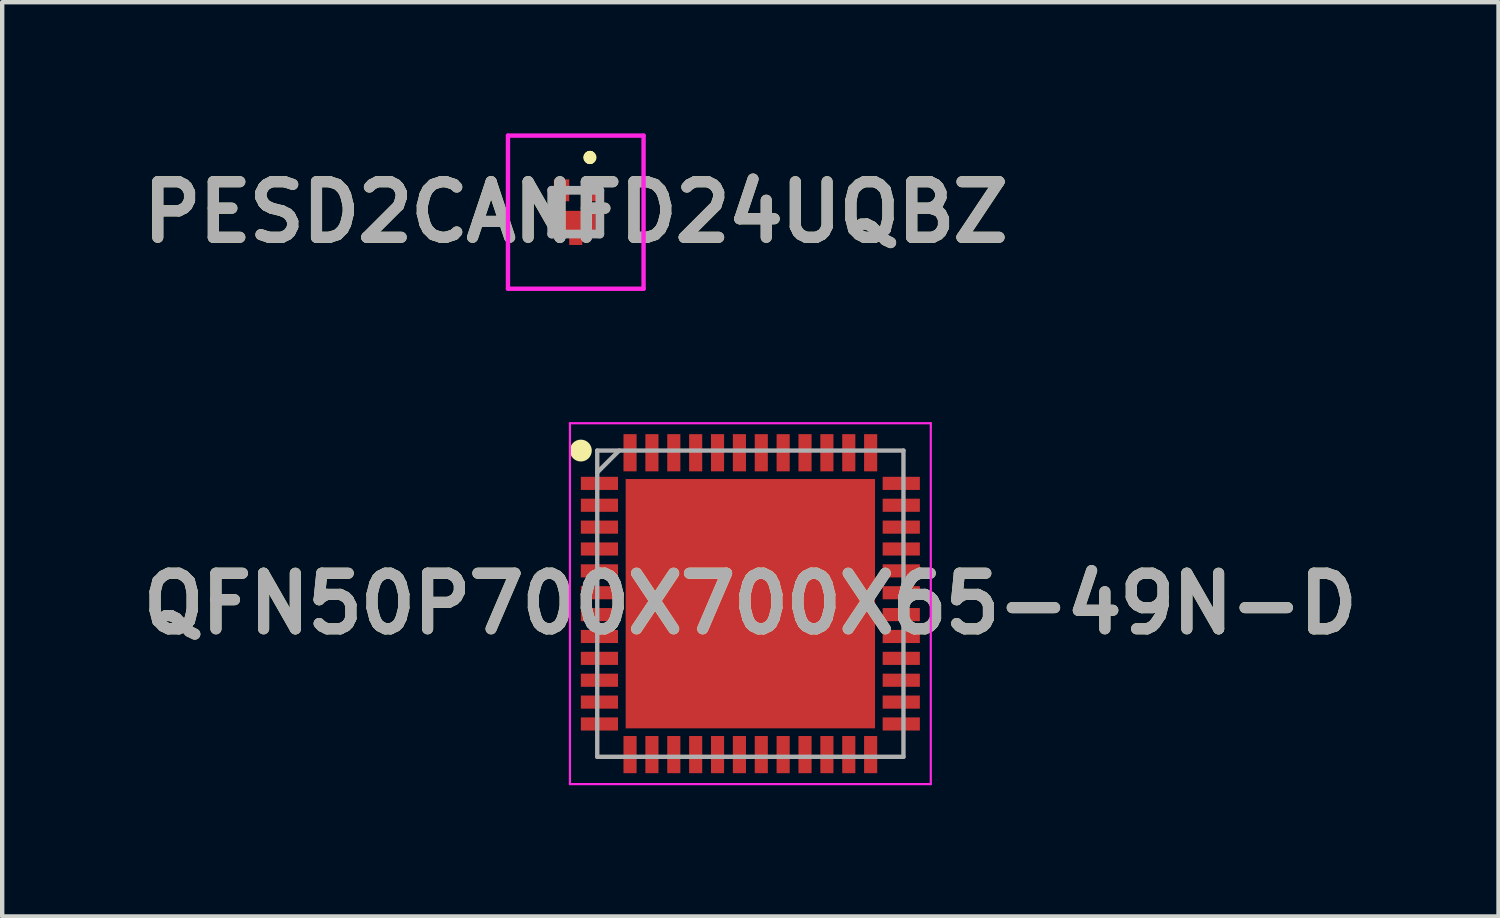
<source format=kicad_pcb>
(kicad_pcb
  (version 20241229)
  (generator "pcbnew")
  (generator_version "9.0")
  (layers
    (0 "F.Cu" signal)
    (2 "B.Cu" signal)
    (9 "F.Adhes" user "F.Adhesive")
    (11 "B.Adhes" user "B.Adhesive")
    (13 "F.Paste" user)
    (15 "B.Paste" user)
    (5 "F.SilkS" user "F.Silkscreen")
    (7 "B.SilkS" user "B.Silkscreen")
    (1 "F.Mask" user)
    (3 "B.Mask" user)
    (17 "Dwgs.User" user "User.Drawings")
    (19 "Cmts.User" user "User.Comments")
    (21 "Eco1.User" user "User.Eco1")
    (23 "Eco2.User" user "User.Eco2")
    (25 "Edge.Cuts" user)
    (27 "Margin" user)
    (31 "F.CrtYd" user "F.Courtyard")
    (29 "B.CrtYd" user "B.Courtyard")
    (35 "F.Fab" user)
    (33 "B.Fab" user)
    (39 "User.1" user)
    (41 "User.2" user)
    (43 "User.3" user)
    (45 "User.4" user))
  (footprint "PESD2CANFD24UQBZ"
    (layer "F.Cu")
    (at 10.112 1.8)
    (property "Reference" "PESD2CANFD24UQBZ" (at 0 0 0) (layer "F.SilkS") (effects (font (size 1.27 1.27) (thickness 0.254))))
    (attr smd)
    (fp_line (start 0.325 -1.3) (end 0.325 -1.3) (stroke (width 0.2) (type solid)) (layer "F.SilkS"))
    (fp_line (start 0.325 -1.3) (end 0.325 -1.3) (stroke (width 0.2) (type solid)) (layer "F.SilkS"))
    (fp_line (start 0.325 -1.2) (end 0.325 -1.2) (stroke (width 0.2) (type solid)) (layer "F.SilkS"))
    (fp_arc (start 0.325 -1.3) (mid 0.375 -1.25) (end 0.325 -1.2) (stroke (width 0.2) (type solid)) (layer "F.SilkS"))
    (fp_arc (start 0.325 -1.2) (mid 0.275 -1.25) (end 0.325 -1.3) (stroke (width 0.2) (type solid)) (layer "F.SilkS"))
    (fp_arc (start 0.325 -1.2) (mid 0.275 -1.25) (end 0.325 -1.3) (stroke (width 0.2) (type solid)) (layer "F.SilkS"))
    (fp_line (start -1.55 -1.75) (end 1.55 -1.75) (stroke (width 0.1) (type solid)) (layer "F.CrtYd"))
    (fp_line (start -1.55 1.75) (end -1.55 -1.75) (stroke (width 0.1) (type solid)) (layer "F.CrtYd"))
    (fp_line (start 1.55 -1.75) (end 1.55 1.75) (stroke (width 0.1) (type solid)) (layer "F.CrtYd"))
    (fp_line (start 1.55 1.75) (end -1.55 1.75) (stroke (width 0.1) (type solid)) (layer "F.CrtYd"))
    (fp_line (start -0.55 -0.5) (end -0.55 0.5) (stroke (width 0.2) (type solid)) (layer "F.Fab"))
    (fp_line (start -0.55 0.5) (end 0.55 0.5) (stroke (width 0.2) (type solid)) (layer "F.Fab"))
    (fp_line (start 0.55 -0.5) (end -0.55 -0.5) (stroke (width 0.2) (type solid)) (layer "F.Fab"))
    (fp_line (start 0.55 0.5) (end 0.55 -0.5) (stroke (width 0.2) (type solid)) (layer "F.Fab"))
    (fp_text user "${REFERENCE}" (at 0 0 0) (layer "F.Fab") (effects (font (size 1.27 1.27) (thickness 0.254))))
    (pad "1" smd rect (at 0.325 -0.5) (size 0.35 0.5) (layers "F.Cu" "F.Mask" "F.Paste"))
    (pad "2" smd rect (at -0.325 -0.5) (size 0.35 0.5) (layers "F.Cu" "F.Mask" "F.Paste"))
    (pad "3" smd rect (at 0 0.19 90) (size 0.44 0.9) (layers "F.Cu" "F.Mask" "F.Paste"))
    (pad "4" smd rect (at 0 0.58) (size 0.3 0.34) (layers "F.Cu" "F.Mask" "F.Paste")))
  (footprint "QFN50P700X700X65-49N-D"
    (layer "F.Cu")
    (at 14.103 10.75)
    (property "Reference" "QFN50P700X700X65-49N-D" (at 0 0 0) (layer "F.SilkS") (effects (font (size 1.27 1.27) (thickness 0.254))))
    (attr smd)
    (fp_circle (center -3.875 -3.5) (end -3.875 -3.375) (stroke (width 0.25) (type solid)) (fill no) (layer "F.SilkS"))
    (fp_line (start -4.125 -4.125) (end 4.125 -4.125) (stroke (width 0.05) (type solid)) (layer "F.CrtYd"))
    (fp_line (start -4.125 4.125) (end -4.125 -4.125) (stroke (width 0.05) (type solid)) (layer "F.CrtYd"))
    (fp_line (start 4.125 -4.125) (end 4.125 4.125) (stroke (width 0.05) (type solid)) (layer "F.CrtYd"))
    (fp_line (start 4.125 4.125) (end -4.125 4.125) (stroke (width 0.05) (type solid)) (layer "F.CrtYd"))
    (fp_line (start -3.5 -3.5) (end 3.5 -3.5) (stroke (width 0.1) (type solid)) (layer "F.Fab"))
    (fp_line (start -3.5 -3) (end -3 -3.5) (stroke (width 0.1) (type solid)) (layer "F.Fab"))
    (fp_line (start -3.5 3.5) (end -3.5 -3.5) (stroke (width 0.1) (type solid)) (layer "F.Fab"))
    (fp_line (start 3.5 -3.5) (end 3.5 3.5) (stroke (width 0.1) (type solid)) (layer "F.Fab"))
    (fp_line (start 3.5 3.5) (end -3.5 3.5) (stroke (width 0.1) (type solid)) (layer "F.Fab"))
    (fp_text user "${REFERENCE}" (at 0 0 0) (layer "F.Fab") (effects (font (size 1.27 1.27) (thickness 0.254))))
    (pad "1" smd rect (at -3.45 -2.75 90) (size 0.3 0.85) (layers "F.Cu" "F.Mask" "F.Paste"))
    (pad "2" smd rect (at -3.45 -2.25 90) (size 0.3 0.85) (layers "F.Cu" "F.Mask" "F.Paste"))
    (pad "3" smd rect (at -3.45 -1.75 90) (size 0.3 0.85) (layers "F.Cu" "F.Mask" "F.Paste"))
    (pad "4" smd rect (at -3.45 -1.25 90) (size 0.3 0.85) (layers "F.Cu" "F.Mask" "F.Paste"))
    (pad "5" smd rect (at -3.45 -0.75 90) (size 0.3 0.85) (layers "F.Cu" "F.Mask" "F.Paste"))
    (pad "6" smd rect (at -3.45 -0.25 90) (size 0.3 0.85) (layers "F.Cu" "F.Mask" "F.Paste"))
    (pad "7" smd rect (at -3.45 0.25 90) (size 0.3 0.85) (layers "F.Cu" "F.Mask" "F.Paste"))
    (pad "8" smd rect (at -3.45 0.75 90) (size 0.3 0.85) (layers "F.Cu" "F.Mask" "F.Paste"))
    (pad "9" smd rect (at -3.45 1.25 90) (size 0.3 0.85) (layers "F.Cu" "F.Mask" "F.Paste"))
    (pad "10" smd rect (at -3.45 1.75 90) (size 0.3 0.85) (layers "F.Cu" "F.Mask" "F.Paste"))
    (pad "11" smd rect (at -3.45 2.25 90) (size 0.3 0.85) (layers "F.Cu" "F.Mask" "F.Paste"))
    (pad "12" smd rect (at -3.45 2.75 90) (size 0.3 0.85) (layers "F.Cu" "F.Mask" "F.Paste"))
    (pad "13" smd rect (at -2.75 3.45) (size 0.3 0.85) (layers "F.Cu" "F.Mask" "F.Paste"))
    (pad "14" smd rect (at -2.25 3.45) (size 0.3 0.85) (layers "F.Cu" "F.Mask" "F.Paste"))
    (pad "15" smd rect (at -1.75 3.45) (size 0.3 0.85) (layers "F.Cu" "F.Mask" "F.Paste"))
    (pad "16" smd rect (at -1.25 3.45) (size 0.3 0.85) (layers "F.Cu" "F.Mask" "F.Paste"))
    (pad "17" smd rect (at -0.75 3.45) (size 0.3 0.85) (layers "F.Cu" "F.Mask" "F.Paste"))
    (pad "18" smd rect (at -0.25 3.45) (size 0.3 0.85) (layers "F.Cu" "F.Mask" "F.Paste"))
    (pad "19" smd rect (at 0.25 3.45) (size 0.3 0.85) (layers "F.Cu" "F.Mask" "F.Paste"))
    (pad "20" smd rect (at 0.75 3.45) (size 0.3 0.85) (layers "F.Cu" "F.Mask" "F.Paste"))
    (pad "21" smd rect (at 1.25 3.45) (size 0.3 0.85) (layers "F.Cu" "F.Mask" "F.Paste"))
    (pad "22" smd rect (at 1.75 3.45) (size 0.3 0.85) (layers "F.Cu" "F.Mask" "F.Paste"))
    (pad "23" smd rect (at 2.25 3.45) (size 0.3 0.85) (layers "F.Cu" "F.Mask" "F.Paste"))
    (pad "24" smd rect (at 2.75 3.45) (size 0.3 0.85) (layers "F.Cu" "F.Mask" "F.Paste"))
    (pad "25" smd rect (at 3.45 2.75 90) (size 0.3 0.85) (layers "F.Cu" "F.Mask" "F.Paste"))
    (pad "26" smd rect (at 3.45 2.25 90) (size 0.3 0.85) (layers "F.Cu" "F.Mask" "F.Paste"))
    (pad "27" smd rect (at 3.45 1.75 90) (size 0.3 0.85) (layers "F.Cu" "F.Mask" "F.Paste"))
    (pad "28" smd rect (at 3.45 1.25 90) (size 0.3 0.85) (layers "F.Cu" "F.Mask" "F.Paste"))
    (pad "29" smd rect (at 3.45 0.75 90) (size 0.3 0.85) (layers "F.Cu" "F.Mask" "F.Paste"))
    (pad "30" smd rect (at 3.45 0.25 90) (size 0.3 0.85) (layers "F.Cu" "F.Mask" "F.Paste"))
    (pad "31" smd rect (at 3.45 -0.25 90) (size 0.3 0.85) (layers "F.Cu" "F.Mask" "F.Paste"))
    (pad "32" smd rect (at 3.45 -0.75 90) (size 0.3 0.85) (layers "F.Cu" "F.Mask" "F.Paste"))
    (pad "33" smd rect (at 3.45 -1.25 90) (size 0.3 0.85) (layers "F.Cu" "F.Mask" "F.Paste"))
    (pad "34" smd rect (at 3.45 -1.75 90) (size 0.3 0.85) (layers "F.Cu" "F.Mask" "F.Paste"))
    (pad "35" smd rect (at 3.45 -2.25 90) (size 0.3 0.85) (layers "F.Cu" "F.Mask" "F.Paste"))
    (pad "36" smd rect (at 3.45 -2.75 90) (size 0.3 0.85) (layers "F.Cu" "F.Mask" "F.Paste"))
    (pad "37" smd rect (at 2.75 -3.45) (size 0.3 0.85) (layers "F.Cu" "F.Mask" "F.Paste"))
    (pad "38" smd rect (at 2.25 -3.45) (size 0.3 0.85) (layers "F.Cu" "F.Mask" "F.Paste"))
    (pad "39" smd rect (at 1.75 -3.45) (size 0.3 0.85) (layers "F.Cu" "F.Mask" "F.Paste"))
    (pad "40" smd rect (at 1.25 -3.45) (size 0.3 0.85) (layers "F.Cu" "F.Mask" "F.Paste"))
    (pad "41" smd rect (at 0.75 -3.45) (size 0.3 0.85) (layers "F.Cu" "F.Mask" "F.Paste"))
    (pad "42" smd rect (at 0.25 -3.45) (size 0.3 0.85) (layers "F.Cu" "F.Mask" "F.Paste"))
    (pad "43" smd rect (at -0.25 -3.45) (size 0.3 0.85) (layers "F.Cu" "F.Mask" "F.Paste"))
    (pad "44" smd rect (at -0.75 -3.45) (size 0.3 0.85) (layers "F.Cu" "F.Mask" "F.Paste"))
    (pad "45" smd rect (at -1.25 -3.45) (size 0.3 0.85) (layers "F.Cu" "F.Mask" "F.Paste"))
    (pad "46" smd rect (at -1.75 -3.45) (size 0.3 0.85) (layers "F.Cu" "F.Mask" "F.Paste"))
    (pad "47" smd rect (at -2.25 -3.45) (size 0.3 0.85) (layers "F.Cu" "F.Mask" "F.Paste"))
    (pad "48" smd rect (at -2.75 -3.45) (size 0.3 0.85) (layers "F.Cu" "F.Mask" "F.Paste"))
    (pad "49" smd rect (at 0 0) (size 5.7 5.7) (layers "F.Cu" "F.Mask" "F.Paste")))
  (gr_rect
    (start -3 -3)
    (end 31.206 17.9)
    (stroke (width 0.1) (type default))
    (fill no)
    (layer "Edge.Cuts")))
</source>
